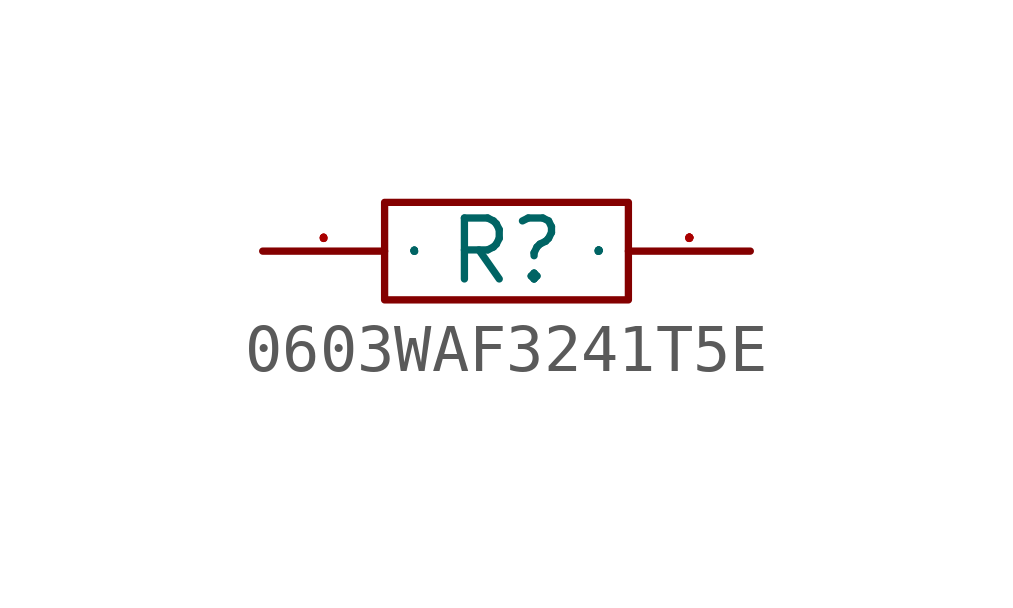
<source format=kicad_sym>
(kicad_symbol_lib
  (version 20241209)
  (generator "kicad_symbol_editor")
  (generator_version "9.0")
  (symbol "0603WAF3241T5E"
    (property "Reference" "R"
      (at 0 0 0)
      (effects (font (size 1.27 1.27))))
    (symbol "0603WAF3241T5E_1_0"
      (rectangle (start -2.54 -1.016) (end 2.54 1.016) (stroke (width 0) (type default)) (fill (type none)))
      (pin input line (at -5.08 0 0) (length 2.54) (name "1" (effects (font (size 0.025 0.025)))) (number "1" (effects (font (size 0.025 0.025)))))
      (pin input line (at 5.08 0 180) (length 2.54) (name "2" (effects (font (size 0.025 0.025)))) (number "2" (effects (font (size 0.025 0.025))))))))
</source>
